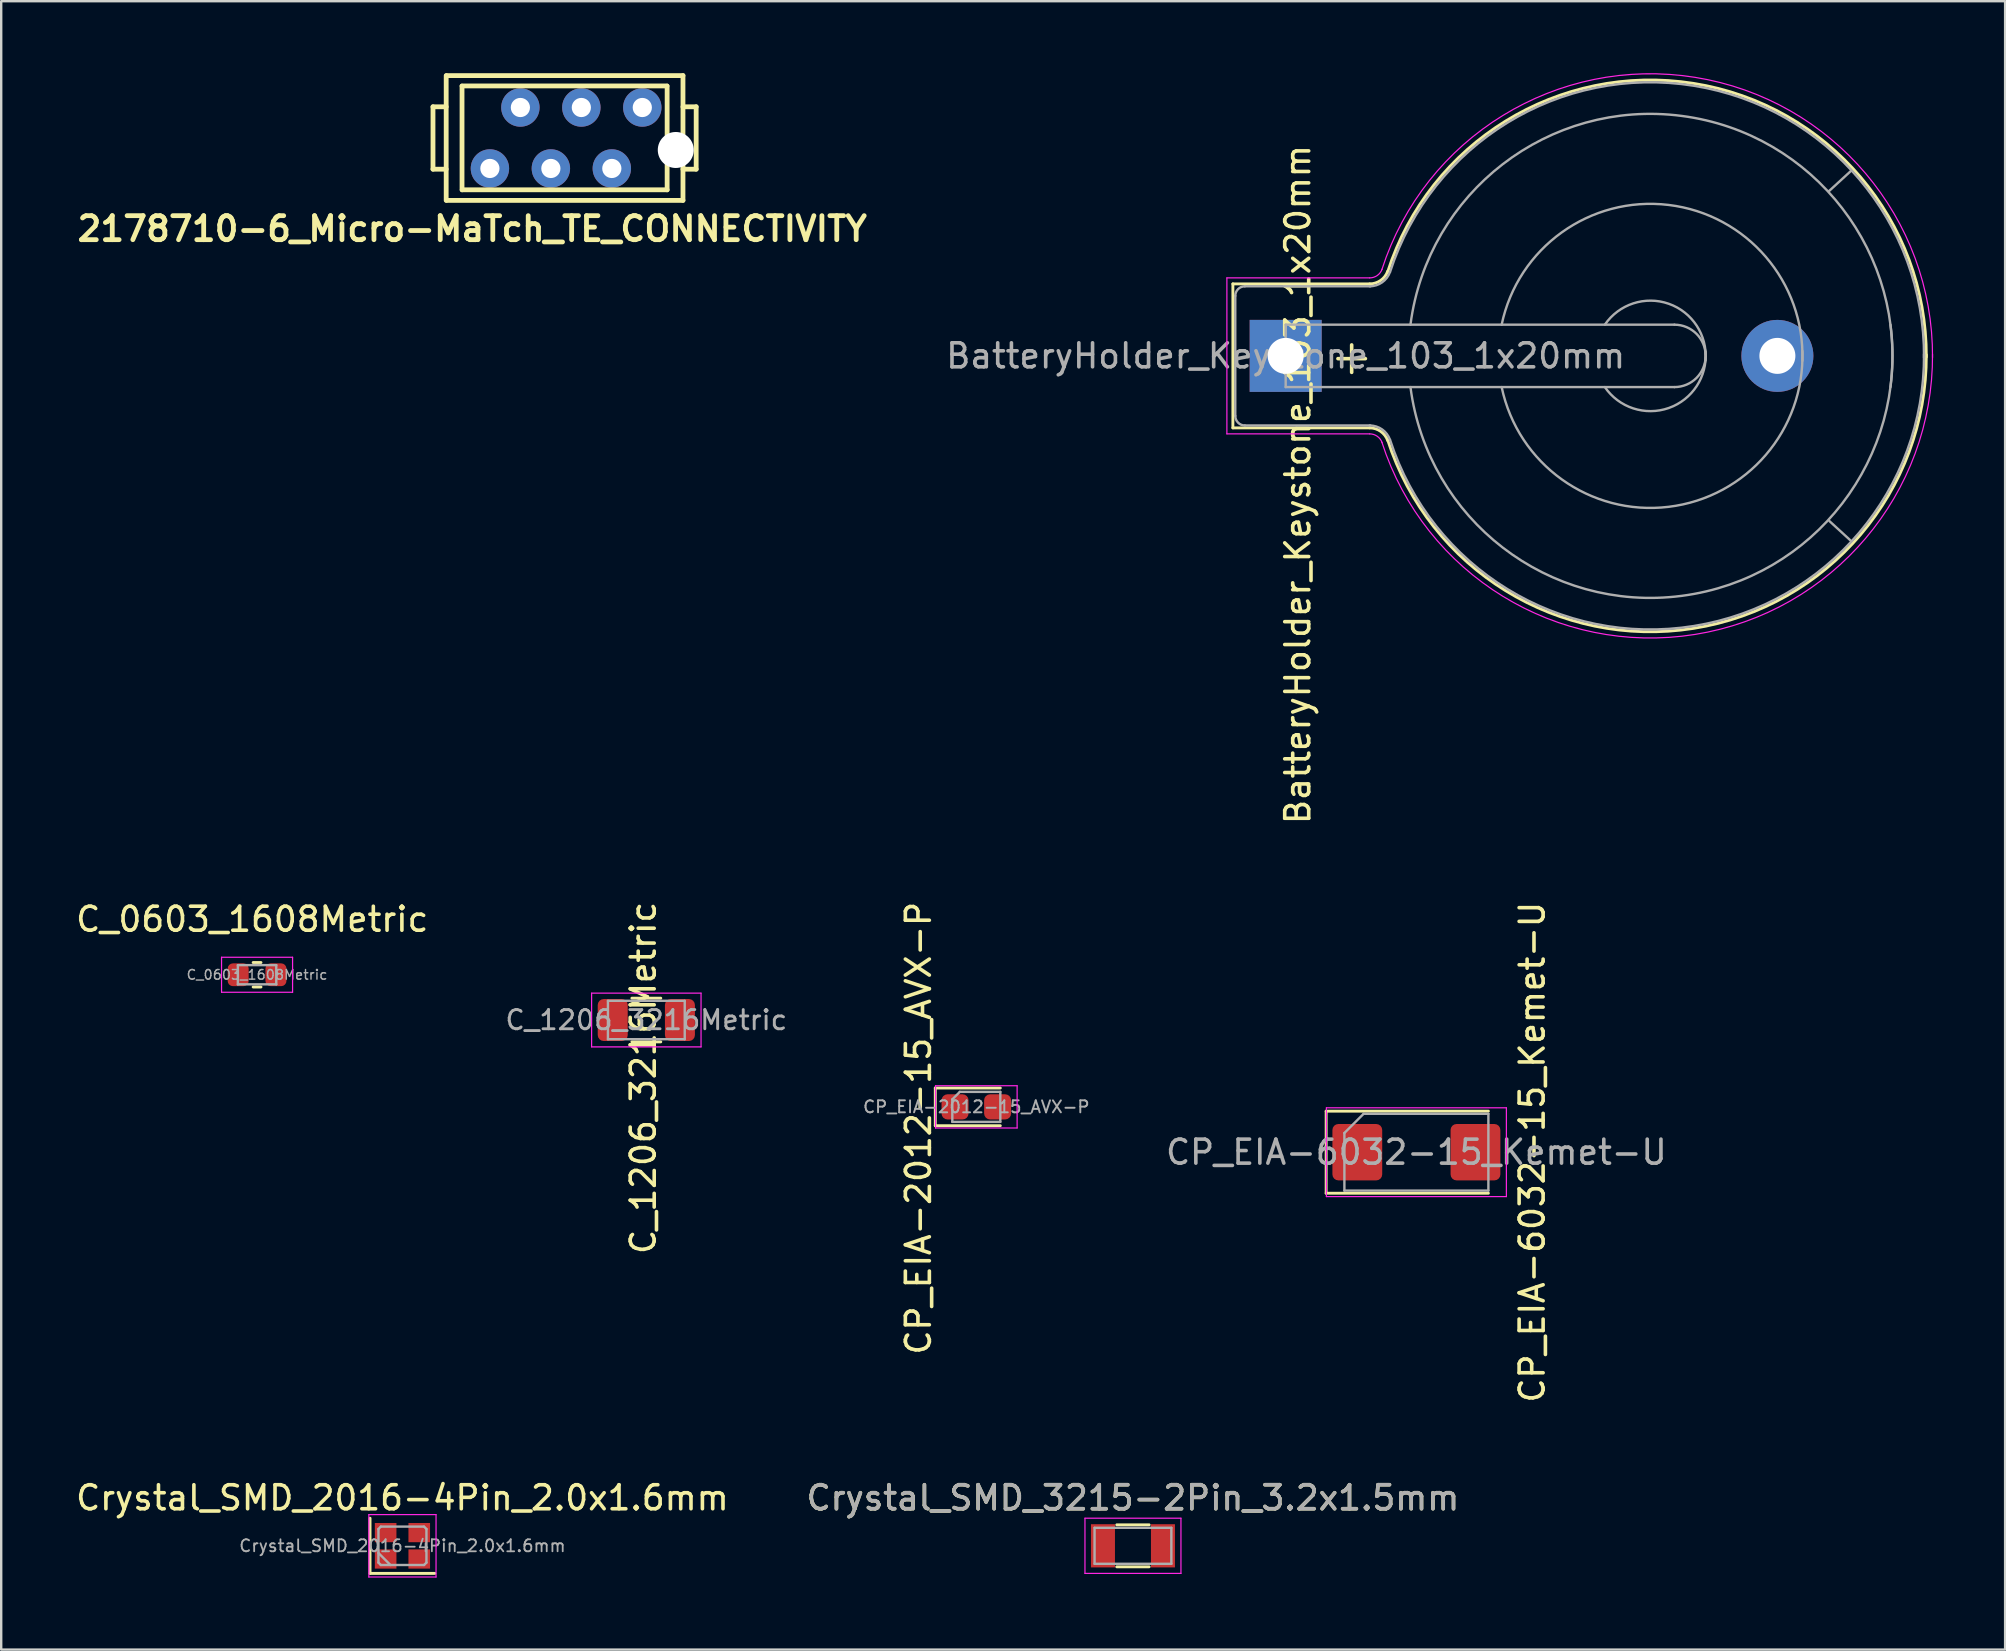
<source format=kicad_pcb>
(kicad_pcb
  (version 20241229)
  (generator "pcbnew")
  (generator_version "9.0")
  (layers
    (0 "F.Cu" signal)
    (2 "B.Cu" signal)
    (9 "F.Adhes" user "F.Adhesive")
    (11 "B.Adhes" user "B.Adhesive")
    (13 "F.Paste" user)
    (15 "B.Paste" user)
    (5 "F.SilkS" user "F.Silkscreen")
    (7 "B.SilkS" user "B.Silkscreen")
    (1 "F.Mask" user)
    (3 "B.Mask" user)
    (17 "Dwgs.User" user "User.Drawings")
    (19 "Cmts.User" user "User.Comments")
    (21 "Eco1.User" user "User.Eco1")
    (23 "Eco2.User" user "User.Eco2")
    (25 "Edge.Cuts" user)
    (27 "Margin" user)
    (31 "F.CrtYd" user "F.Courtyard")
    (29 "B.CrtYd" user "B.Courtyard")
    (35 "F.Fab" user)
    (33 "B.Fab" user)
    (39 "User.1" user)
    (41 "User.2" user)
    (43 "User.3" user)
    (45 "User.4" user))
  (footprint "CP_EIA-2012-15_AVX-P"
    (layer "F.Cu")
    (at 37.634 43.074)
    (property "Reference" "CP_EIA-2012-15_AVX-P" (at -2.412 0.889 270) (layer "F.SilkS") (effects (font (size 1 1) (thickness 0.15))))
    (attr smd)
    (fp_line (start -1.71 -0.785) (end -1.71 0.785) (stroke (width 0.12) (type solid)) (layer "F.SilkS"))
    (fp_line (start -1.71 0.785) (end 1 0.785) (stroke (width 0.12) (type solid)) (layer "F.SilkS"))
    (fp_line (start 1 -0.785) (end -1.71 -0.785) (stroke (width 0.12) (type solid)) (layer "F.SilkS"))
    (fp_line (start -1.7 -0.88) (end 1.7 -0.88) (stroke (width 0.05) (type solid)) (layer "F.CrtYd"))
    (fp_line (start -1.7 0.88) (end -1.7 -0.88) (stroke (width 0.05) (type solid)) (layer "F.CrtYd"))
    (fp_line (start 1.7 -0.88) (end 1.7 0.88) (stroke (width 0.05) (type solid)) (layer "F.CrtYd"))
    (fp_line (start 1.7 0.88) (end -1.7 0.88) (stroke (width 0.05) (type solid)) (layer "F.CrtYd"))
    (fp_line (start -1 -0.312) (end -1 0.625) (stroke (width 0.1) (type solid)) (layer "F.Fab"))
    (fp_line (start -1 0.625) (end 1 0.625) (stroke (width 0.1) (type solid)) (layer "F.Fab"))
    (fp_line (start -0.688 -0.625) (end -1 -0.312) (stroke (width 0.1) (type solid)) (layer "F.Fab"))
    (fp_line (start 1 -0.625) (end -0.688 -0.625) (stroke (width 0.1) (type solid)) (layer "F.Fab"))
    (fp_line (start 1 0.625) (end 1 -0.625) (stroke (width 0.1) (type solid)) (layer "F.Fab"))
    (fp_text user "${REFERENCE}" (at 0 0 0) (layer "F.Fab") (effects (font (size 0.5 0.5) (thickness 0.08))))
    (pad "1" smd roundrect (at -0.887 0) (size 1.125 1.05) (layers "F.Cu" "F.Mask" "F.Paste") (roundrect_rratio 0.238))
    (pad "2" smd roundrect (at 0.887 0) (size 1.125 1.05) (layers "F.Cu" "F.Mask" "F.Paste") (roundrect_rratio 0.238)))
  (footprint "C_0603_1608Metric"
    (layer "F.Cu")
    (at 7.662 37.569)
    (property "Reference" "C_0603_1608Metric" (at -0.203 -2.311 0) (layer "F.SilkS") (effects (font (size 1 1) (thickness 0.15))))
    (attr smd)
    (fp_line (start -0.163 -0.51) (end 0.163 -0.51) (stroke (width 0.12) (type solid)) (layer "F.SilkS"))
    (fp_line (start -0.163 0.51) (end 0.163 0.51) (stroke (width 0.12) (type solid)) (layer "F.SilkS"))
    (fp_line (start -1.48 -0.73) (end 1.48 -0.73) (stroke (width 0.05) (type solid)) (layer "F.CrtYd"))
    (fp_line (start -1.48 0.73) (end -1.48 -0.73) (stroke (width 0.05) (type solid)) (layer "F.CrtYd"))
    (fp_line (start 1.48 -0.73) (end 1.48 0.73) (stroke (width 0.05) (type solid)) (layer "F.CrtYd"))
    (fp_line (start 1.48 0.73) (end -1.48 0.73) (stroke (width 0.05) (type solid)) (layer "F.CrtYd"))
    (fp_line (start -0.8 -0.4) (end 0.8 -0.4) (stroke (width 0.1) (type solid)) (layer "F.Fab"))
    (fp_line (start -0.8 0.4) (end -0.8 -0.4) (stroke (width 0.1) (type solid)) (layer "F.Fab"))
    (fp_line (start 0.8 -0.4) (end 0.8 0.4) (stroke (width 0.1) (type solid)) (layer "F.Fab"))
    (fp_line (start 0.8 0.4) (end -0.8 0.4) (stroke (width 0.1) (type solid)) (layer "F.Fab"))
    (fp_text user "${REFERENCE}" (at 0 0 0) (layer "F.Fab") (effects (font (size 0.4 0.4) (thickness 0.06))))
    (pad "1" smd roundrect (at -0.787 0) (size 0.875 0.95) (layers "F.Cu" "F.Mask" "F.Paste") (roundrect_rratio 0.25))
    (pad "2" smd roundrect (at 0.787 0) (size 0.875 0.95) (layers "F.Cu" "F.Mask" "F.Paste") (roundrect_rratio 0.25)))
  (footprint "BatteryHolder_Keystone_103_1x20mm"
    (layer "F.Cu")
    (at 50.525 11.78)
    (property "Reference" "BatteryHolder_Keystone_103_1x20mm" (at 0.505 5.362 90) (layer "F.SilkS") (effects (font (size 1 1) (thickness 0.15))))
    (attr through_hole)
    (fp_line (start -2.2 -3) (end 3.5 -3) (stroke (width 0.12) (type solid)) (layer "F.SilkS"))
    (fp_line (start -2.2 3) (end -2.2 -3) (stroke (width 0.12) (type solid)) (layer "F.SilkS"))
    (fp_line (start -2.2 3) (end 3.5 3) (stroke (width 0.12) (type solid)) (layer "F.SilkS"))
    (fp_arc (start 3.5 3) (mid 3.958861 3.144678) (end 4.251754 3.526384) (stroke (width 0.12) (type solid)) (layer "F.SilkS"))
    (fp_arc (start 4.25 -3.5) (mid 16.993514 -11.35499) (end 26.695671 0.045281) (stroke (width 0.12) (type solid)) (layer "F.SilkS"))
    (fp_arc (start 4.251754 -3.526384) (mid 3.958861 -3.144678) (end 3.5 -3) (stroke (width 0.12) (type solid)) (layer "F.SilkS"))
    (fp_arc (start 26.695671 -0.045281) (mid 16.993514 11.35499) (end 4.25 3.5) (stroke (width 0.12) (type solid)) (layer "F.SilkS"))
    (fp_line (start -2.45 -3.25) (end 3.5 -3.25) (stroke (width 0.05) (type solid)) (layer "F.CrtYd"))
    (fp_line (start -2.45 3.25) (end -2.45 -3.25) (stroke (width 0.05) (type solid)) (layer "F.CrtYd"))
    (fp_line (start -2.45 3.25) (end 3.5 3.25) (stroke (width 0.05) (type solid)) (layer "F.CrtYd"))
    (fp_arc (start 3.5 3.25) (mid 3.815467 3.349466) (end 4.016831 3.611889) (stroke (width 0.05) (type solid)) (layer "F.CrtYd"))
    (fp_arc (start 4.01 -3.6) (mid 17.055841 -11.60741) (end 26.954634 0.068483) (stroke (width 0.05) (type solid)) (layer "F.CrtYd"))
    (fp_arc (start 4.016831 -3.611889) (mid 3.815467 -3.349466) (end 3.5 -3.25) (stroke (width 0.05) (type solid)) (layer "F.CrtYd"))
    (fp_arc (start 26.954634 -0.068483) (mid 17.055841 11.60741) (end 4.01 3.6) (stroke (width 0.05) (type solid)) (layer "F.CrtYd"))
    (fp_line (start -2.1 -2.5) (end -2.1 2.5) (stroke (width 0.1) (type solid)) (layer "F.Fab"))
    (fp_line (start -1.7 2.9) (end 3.531 2.9) (stroke (width 0.1) (type solid)) (layer "F.Fab"))
    (fp_line (start 0 -1.3) (end 0 1.3) (stroke (width 0.1) (type solid)) (layer "F.Fab"))
    (fp_line (start 0 1.3) (end 16.2 1.3) (stroke (width 0.1) (type solid)) (layer "F.Fab"))
    (fp_line (start 3.531 -2.9) (end -1.7 -2.9) (stroke (width 0.1) (type solid)) (layer "F.Fab"))
    (fp_line (start 16.2 -1.3) (end 0 -1.3) (stroke (width 0.1) (type solid)) (layer "F.Fab"))
    (fp_line (start 23.571 -7.722) (end 22.631 -6.858) (stroke (width 0.1) (type solid)) (layer "F.Fab"))
    (fp_line (start 23.571 7.722) (end 22.657 6.883) (stroke (width 0.1) (type solid)) (layer "F.Fab"))
    (fp_arc (start -2.1 -2.5) (mid -1.982843 -2.782843) (end -1.7 -2.9) (stroke (width 0.1) (type solid)) (layer "F.Fab"))
    (fp_arc (start -1.7 2.9) (mid -1.982843 2.782843) (end -2.1 2.5) (stroke (width 0.1) (type solid)) (layer "F.Fab"))
    (fp_arc (start 3.5 2.9) (mid 4.016219 3.062763) (end 4.345723 3.492182) (stroke (width 0.1) (type solid)) (layer "F.Fab"))
    (fp_arc (start 4.345723 -3.492182) (mid 4.016219 -3.062763) (end 3.5 -2.9) (stroke (width 0.1) (type solid)) (layer "F.Fab"))
    (fp_arc (start 4.35 -3.5) (mid 17.008726 -11.256154) (end 26.600299 0.075351) (stroke (width 0.1) (type solid)) (layer "F.Fab"))
    (fp_arc (start 5.2 -1.3) (mid 16.5 -10) (end 25.2 1.3) (stroke (width 0.1) (type solid)) (layer "F.Fab"))
    (fp_arc (start 9 -1.3) (mid 15.954687 -6.28971) (end 21.531551 0.203631) (stroke (width 0.1) (type solid)) (layer "F.Fab"))
    (fp_arc (start 13.3 -1.3) (mid 15.963947 -2.171724) (end 17.495448 0.175833) (stroke (width 0.1) (type solid)) (layer "F.Fab"))
    (fp_arc (start 16.2 -1.3) (mid 17.5 0) (end 16.2 1.3) (stroke (width 0.1) (type solid)) (layer "F.Fab"))
    (fp_arc (start 17.495448 -0.175833) (mid 15.963947 2.171724) (end 13.3 1.3) (stroke (width 0.1) (type solid)) (layer "F.Fab"))
    (fp_arc (start 21.531551 -0.203631) (mid 15.954687 6.28971) (end 9 1.3) (stroke (width 0.1) (type solid)) (layer "F.Fab"))
    (fp_arc (start 25.2 -1.3) (mid 16.5 10) (end 5.2 1.3) (stroke (width 0.1) (type solid)) (layer "F.Fab"))
    (fp_arc (start 26.600299 -0.075351) (mid 17.008726 11.256154) (end 4.35 3.5) (stroke (width 0.1) (type solid)) (layer "F.Fab"))
    (fp_text user "+" (at 2.75 0 0) (layer "F.SilkS") (effects (font (size 1.5 1.5) (thickness 0.15))))
    (fp_text user "${REFERENCE}" (at 0 0 0) (layer "F.Fab") (effects (font (size 1 1) (thickness 0.15))))
    (pad "1" thru_hole rect (at 0 0) (size 3 3) (drill 1.5) (layers "*.Cu" "*.Mask"))
    (pad "2" thru_hole circle (at 20.49 0) (size 3 3) (drill 1.5) (layers "*.Cu" "*.Mask")))
  (footprint "2178710-6_Micro-MaTch_TE_CONNECTIVITY"
    (layer "F.Cu")
    (at 21.81 2.7)
    (property "Reference" "2178710-6_Micro-MaTch_TE_CONNECTIVITY" (at -5.182 3.785 0) (layer "F.SilkS") (effects (font (size 1 1) (thickness 0.2))))
    (attr through_hole)
    (fp_line (start -6.817 -1.3) (end -6.817 1.3) (stroke (width 0.2) (type solid)) (layer "F.SilkS"))
    (fp_line (start -6.817 1.3) (end -6.267 1.3) (stroke (width 0.2) (type solid)) (layer "F.SilkS"))
    (fp_line (start -6.267 -1.3) (end -6.817 -1.3) (stroke (width 0.2) (type solid)) (layer "F.SilkS"))
    (fp_line (start -6.267 2.6) (end -6.267 -2.6) (stroke (width 0.2) (type solid)) (layer "F.SilkS"))
    (fp_line (start -6.25 -2.6) (end 3.6 -2.6) (stroke (width 0.2) (type solid)) (layer "F.SilkS"))
    (fp_line (start -5.607 -2.17) (end 2.933 -2.17) (stroke (width 0.2) (type solid)) (layer "F.SilkS"))
    (fp_line (start -5.607 2.16) (end -5.607 -2.16) (stroke (width 0.2) (type solid)) (layer "F.SilkS"))
    (fp_line (start 2.94 -2.16) (end 2.94 2.16) (stroke (width 0.2) (type solid)) (layer "F.SilkS"))
    (fp_line (start 2.94 2.16) (end -5.6 2.16) (stroke (width 0.2) (type solid)) (layer "F.SilkS"))
    (fp_line (start 3.6 -2.6) (end 3.6 2.6) (stroke (width 0.2) (type solid)) (layer "F.SilkS"))
    (fp_line (start 3.6 -1.3) (end 4.15 -1.3) (stroke (width 0.2) (type solid)) (layer "F.SilkS"))
    (fp_line (start 3.6 2.6) (end -6.25 2.6) (stroke (width 0.2) (type solid)) (layer "F.SilkS"))
    (fp_line (start 4.15 -1.3) (end 4.15 1.3) (stroke (width 0.2) (type solid)) (layer "F.SilkS"))
    (fp_line (start 4.15 1.3) (end 3.6 1.3) (stroke (width 0.2) (type solid)) (layer "F.SilkS"))
    (pad "" np_thru_hole circle (at 3.3 0.5) (size 1.5 1.5) (drill 1.5) (layers "*.Cu" "*.Mask"))
    (pad "1" thru_hole circle (at 1.905 -1.27) (size 1.6 1.6) (drill 0.8) (layers "*.Cu" "*.Mask"))
    (pad "2" thru_hole circle (at 0.635 1.27) (size 1.6 1.6) (drill 0.8) (layers "*.Cu" "*.Mask"))
    (pad "3" thru_hole circle (at -0.635 -1.27) (size 1.6 1.6) (drill 0.8) (layers "*.Cu" "*.Mask"))
    (pad "4" thru_hole circle (at -1.905 1.27) (size 1.6 1.6) (drill 0.8) (layers "*.Cu" "*.Mask"))
    (pad "5" thru_hole circle (at -3.175 -1.27) (size 1.6 1.6) (drill 0.8) (layers "*.Cu" "*.Mask"))
    (pad "6" thru_hole circle (at -4.445 1.27) (size 1.6 1.6) (drill 0.8) (layers "*.Cu" "*.Mask")))
  (footprint "CP_EIA-6032-15_Kemet-U"
    (layer "F.Cu")
    (at 55.972 44.963)
    (property "Reference" "CP_EIA-6032-15_Kemet-U" (at 4.826 0 90) (layer "F.SilkS") (effects (font (size 1 1) (thickness 0.15))))
    (attr smd)
    (fp_line (start -3.76 -1.71) (end -3.76 1.71) (stroke (width 0.12) (type solid)) (layer "F.SilkS"))
    (fp_line (start -3.76 1.71) (end 3 1.71) (stroke (width 0.12) (type solid)) (layer "F.SilkS"))
    (fp_line (start 3 -1.71) (end -3.76 -1.71) (stroke (width 0.12) (type solid)) (layer "F.SilkS"))
    (fp_line (start -3.75 -1.85) (end 3.75 -1.85) (stroke (width 0.05) (type solid)) (layer "F.CrtYd"))
    (fp_line (start -3.75 1.85) (end -3.75 -1.85) (stroke (width 0.05) (type solid)) (layer "F.CrtYd"))
    (fp_line (start 3.75 -1.85) (end 3.75 1.85) (stroke (width 0.05) (type solid)) (layer "F.CrtYd"))
    (fp_line (start 3.75 1.85) (end -3.75 1.85) (stroke (width 0.05) (type solid)) (layer "F.CrtYd"))
    (fp_line (start -3 -0.8) (end -3 1.6) (stroke (width 0.1) (type solid)) (layer "F.Fab"))
    (fp_line (start -3 1.6) (end 3 1.6) (stroke (width 0.1) (type solid)) (layer "F.Fab"))
    (fp_line (start -2.2 -1.6) (end -3 -0.8) (stroke (width 0.1) (type solid)) (layer "F.Fab"))
    (fp_line (start 3 -1.6) (end -2.2 -1.6) (stroke (width 0.1) (type solid)) (layer "F.Fab"))
    (fp_line (start 3 1.6) (end 3 -1.6) (stroke (width 0.1) (type solid)) (layer "F.Fab"))
    (fp_text user "${REFERENCE}" (at 0 0 0) (layer "F.Fab") (effects (font (size 1 1) (thickness 0.15))))
    (pad "1" smd roundrect (at -2.462 0) (size 2.075 2.35) (layers "F.Cu" "F.Mask" "F.Paste") (roundrect_rratio 0.12))
    (pad "2" smd roundrect (at 2.462 0) (size 2.075 2.35) (layers "F.Cu" "F.Mask" "F.Paste") (roundrect_rratio 0.12)))
  (footprint "C_1206_3216Metric"
    (layer "F.Cu")
    (at 23.883 39.455)
    (property "Reference" "C_1206_3216Metric" (at -0.127 2.413 270) (layer "F.SilkS") (effects (font (size 1 1) (thickness 0.15))))
    (attr smd)
    (fp_line (start -0.602 -0.91) (end 0.602 -0.91) (stroke (width 0.12) (type solid)) (layer "F.SilkS"))
    (fp_line (start -0.602 0.91) (end 0.602 0.91) (stroke (width 0.12) (type solid)) (layer "F.SilkS"))
    (fp_line (start -2.28 -1.12) (end 2.28 -1.12) (stroke (width 0.05) (type solid)) (layer "F.CrtYd"))
    (fp_line (start -2.28 1.12) (end -2.28 -1.12) (stroke (width 0.05) (type solid)) (layer "F.CrtYd"))
    (fp_line (start 2.28 -1.12) (end 2.28 1.12) (stroke (width 0.05) (type solid)) (layer "F.CrtYd"))
    (fp_line (start 2.28 1.12) (end -2.28 1.12) (stroke (width 0.05) (type solid)) (layer "F.CrtYd"))
    (fp_line (start -1.6 -0.8) (end 1.6 -0.8) (stroke (width 0.1) (type solid)) (layer "F.Fab"))
    (fp_line (start -1.6 0.8) (end -1.6 -0.8) (stroke (width 0.1) (type solid)) (layer "F.Fab"))
    (fp_line (start 1.6 -0.8) (end 1.6 0.8) (stroke (width 0.1) (type solid)) (layer "F.Fab"))
    (fp_line (start 1.6 0.8) (end -1.6 0.8) (stroke (width 0.1) (type solid)) (layer "F.Fab"))
    (fp_text user "${REFERENCE}" (at 0 0 0) (layer "F.Fab") (effects (font (size 0.8 0.8) (thickness 0.12))))
    (pad "1" smd roundrect (at -1.4 0) (size 1.25 1.75) (layers "F.Cu" "F.Mask" "F.Paste") (roundrect_rratio 0.2))
    (pad "2" smd roundrect (at 1.4 0) (size 1.25 1.75) (layers "F.Cu" "F.Mask" "F.Paste") (roundrect_rratio 0.2)))
  (footprint "Crystal_SMD_3215-2Pin_3.2x1.5mm"
    (layer "F.Cu")
    (at 44.161 61.365)
    (property "Reference" "Crystal_SMD_3215-2Pin_3.2x1.5mm" (at 0 -2 0) (layer "F.SilkS") (effects (font (size 1 1) (thickness 0.15))))
    (attr smd)
    (fp_line (start -0.675 -0.875) (end 0.675 -0.875) (stroke (width 0.12) (type solid)) (layer "F.SilkS"))
    (fp_line (start -0.675 0.875) (end 0.675 0.875) (stroke (width 0.12) (type solid)) (layer "F.SilkS"))
    (fp_line (start -2 -1.15) (end -2 1.15) (stroke (width 0.05) (type solid)) (layer "F.CrtYd"))
    (fp_line (start -2 -1.15) (end 2 -1.15) (stroke (width 0.05) (type solid)) (layer "F.CrtYd"))
    (fp_line (start -2 1.15) (end 2 1.15) (stroke (width 0.05) (type solid)) (layer "F.CrtYd"))
    (fp_line (start 2 -1.15) (end 2 1.15) (stroke (width 0.05) (type solid)) (layer "F.CrtYd"))
    (fp_line (start -1.6 -0.75) (end -1.6 0.75) (stroke (width 0.1) (type solid)) (layer "F.Fab"))
    (fp_line (start -1.6 -0.75) (end 1.6 -0.75) (stroke (width 0.1) (type solid)) (layer "F.Fab"))
    (fp_line (start -1.6 0.75) (end 1.6 0.75) (stroke (width 0.1) (type solid)) (layer "F.Fab"))
    (fp_line (start 1.6 -0.75) (end 1.6 0.75) (stroke (width 0.1) (type solid)) (layer "F.Fab"))
    (fp_text user "${REFERENCE}" (at 0 -2 0) (layer "F.Fab") (effects (font (size 1 1) (thickness 0.15))))
    (pad "1" smd rect (at 1.25 0) (size 1 1.8) (layers "F.Cu" "F.Mask" "F.Paste"))
    (pad "2" smd rect (at -1.25 0) (size 1 1.8) (layers "F.Cu" "F.Mask" "F.Paste")))
  (footprint "Crystal_SMD_2016-4Pin_2.0x1.6mm"
    (layer "F.Cu")
    (at 13.72 61.365)
    (property "Reference" "Crystal_SMD_2016-4Pin_2.0x1.6mm" (at 0 -2 0) (layer "F.SilkS") (effects (font (size 1 1) (thickness 0.15))))
    (attr smd)
    (fp_line (start -1.35 -1.15) (end -1.35 1.15) (stroke (width 0.12) (type solid)) (layer "F.SilkS"))
    (fp_line (start -1.35 1.15) (end 1.35 1.15) (stroke (width 0.12) (type solid)) (layer "F.SilkS"))
    (fp_line (start -1.4 -1.3) (end -1.4 1.3) (stroke (width 0.05) (type solid)) (layer "F.CrtYd"))
    (fp_line (start -1.4 1.3) (end 1.4 1.3) (stroke (width 0.05) (type solid)) (layer "F.CrtYd"))
    (fp_line (start 1.4 -1.3) (end -1.4 -1.3) (stroke (width 0.05) (type solid)) (layer "F.CrtYd"))
    (fp_line (start 1.4 1.3) (end 1.4 -1.3) (stroke (width 0.05) (type solid)) (layer "F.CrtYd"))
    (fp_line (start -1 -0.7) (end -0.9 -0.8) (stroke (width 0.1) (type solid)) (layer "F.Fab"))
    (fp_line (start -1 0.3) (end -0.5 0.8) (stroke (width 0.1) (type solid)) (layer "F.Fab"))
    (fp_line (start -1 0.7) (end -1 -0.7) (stroke (width 0.1) (type solid)) (layer "F.Fab"))
    (fp_line (start -0.9 -0.8) (end 0.9 -0.8) (stroke (width 0.1) (type solid)) (layer "F.Fab"))
    (fp_line (start -0.9 0.8) (end -1 0.7) (stroke (width 0.1) (type solid)) (layer "F.Fab"))
    (fp_line (start 0.9 -0.8) (end 1 -0.7) (stroke (width 0.1) (type solid)) (layer "F.Fab"))
    (fp_line (start 0.9 0.8) (end -0.9 0.8) (stroke (width 0.1) (type solid)) (layer "F.Fab"))
    (fp_line (start 1 -0.7) (end 1 0.7) (stroke (width 0.1) (type solid)) (layer "F.Fab"))
    (fp_line (start 1 0.7) (end 0.9 0.8) (stroke (width 0.1) (type solid)) (layer "F.Fab"))
    (fp_text user "${REFERENCE}" (at 0 0 0) (layer "F.Fab") (effects (font (size 0.5 0.5) (thickness 0.075))))
    (pad "1" smd rect (at -0.7 0.55) (size 0.9 0.8) (layers "F.Cu" "F.Mask" "F.Paste"))
    (pad "2" smd rect (at 0.7 0.55) (size 0.9 0.8) (layers "F.Cu" "F.Mask" "F.Paste"))
    (pad "3" smd rect (at 0.7 -0.55) (size 0.9 0.8) (layers "F.Cu" "F.Mask" "F.Paste"))
    (pad "4" smd rect (at -0.7 -0.55) (size 0.9 0.8) (layers "F.Cu" "F.Mask" "F.Paste")))
  (gr_rect
    (start -3 -3)
    (end 80.505 65.69)
    (stroke (width 0.1) (type default))
    (fill no)
    (layer "Edge.Cuts")))
</source>
